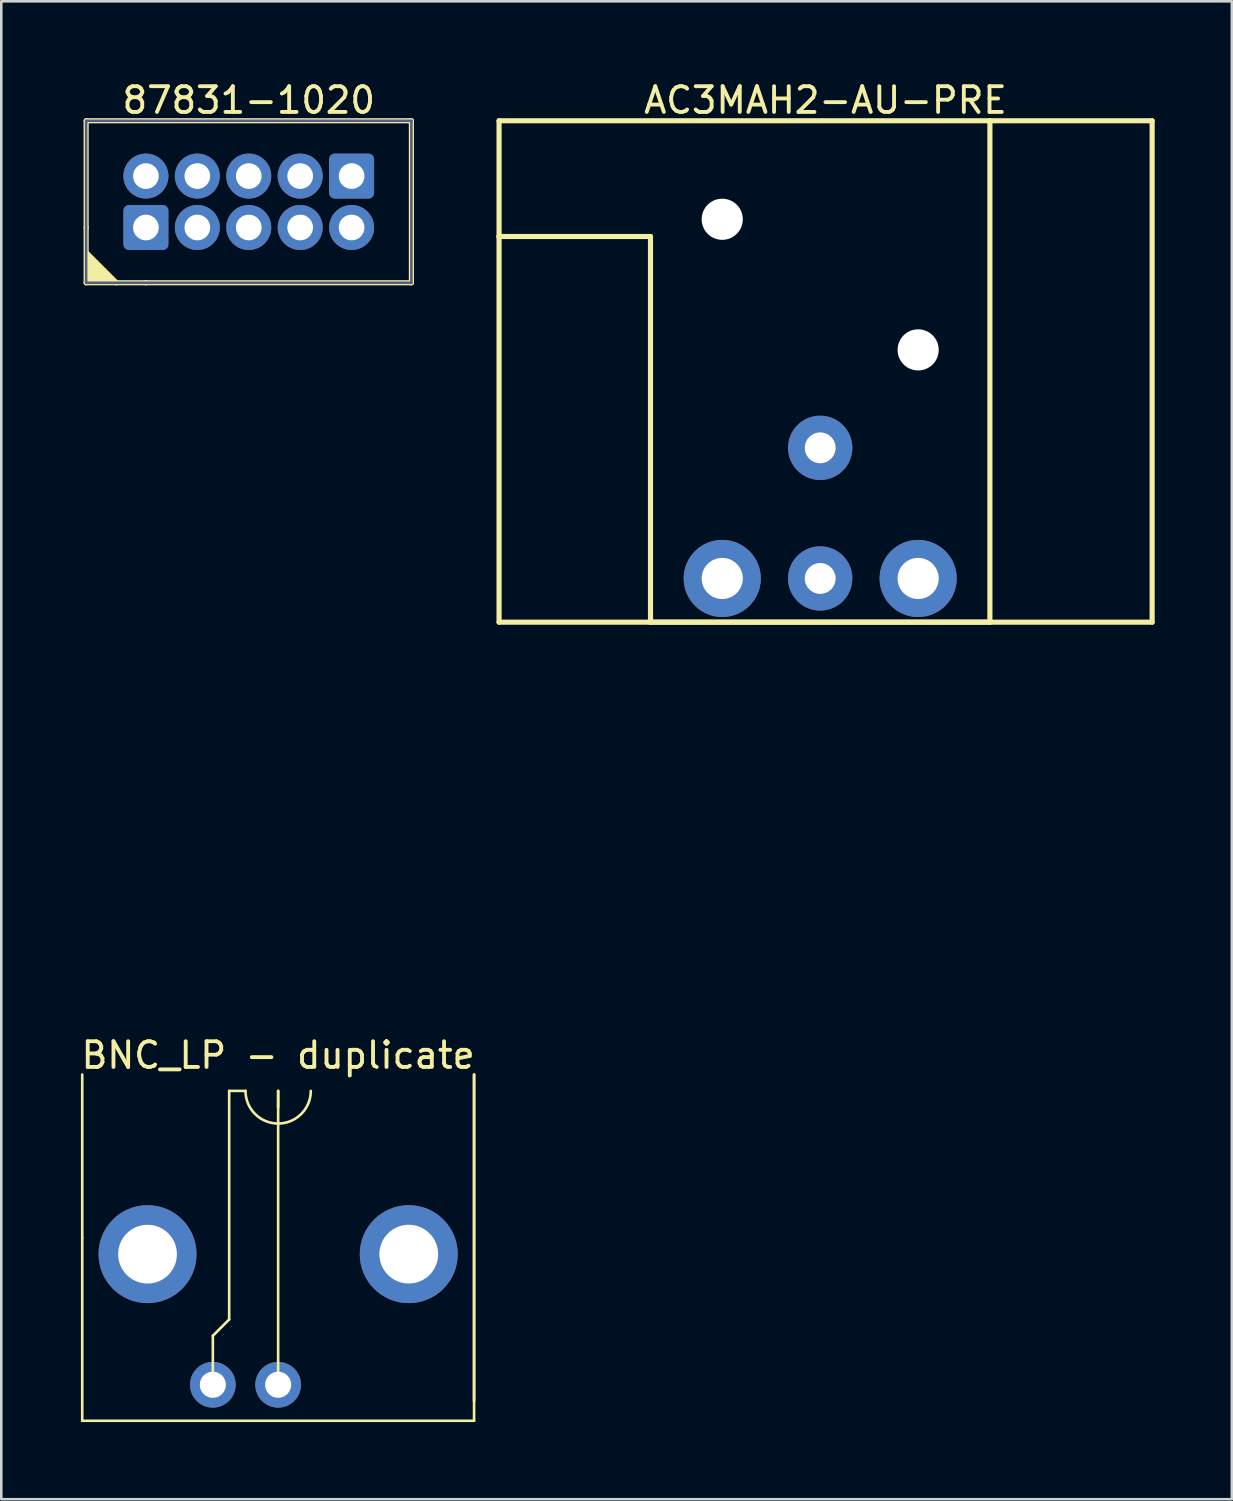
<source format=kicad_pcb>
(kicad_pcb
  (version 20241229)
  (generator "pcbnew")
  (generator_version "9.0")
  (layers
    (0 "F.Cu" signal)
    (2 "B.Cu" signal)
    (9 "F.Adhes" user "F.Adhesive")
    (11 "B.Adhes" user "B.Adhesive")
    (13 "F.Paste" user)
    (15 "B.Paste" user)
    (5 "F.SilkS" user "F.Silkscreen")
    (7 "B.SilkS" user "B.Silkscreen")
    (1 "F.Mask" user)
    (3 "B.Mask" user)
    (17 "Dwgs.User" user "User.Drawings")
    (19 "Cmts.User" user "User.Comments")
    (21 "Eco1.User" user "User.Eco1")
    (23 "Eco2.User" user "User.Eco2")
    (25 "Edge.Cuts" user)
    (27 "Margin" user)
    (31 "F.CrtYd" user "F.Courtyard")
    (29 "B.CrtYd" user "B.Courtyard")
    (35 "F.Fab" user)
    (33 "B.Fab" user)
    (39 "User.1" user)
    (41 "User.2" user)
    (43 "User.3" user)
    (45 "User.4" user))
  (footprint "BNC_LP - duplicate"
    (layer "F.Cu")
    (at 7.768 50.808)
    (property "Reference" "BNC_LP - duplicate" (at 0 -12.816 0) (layer "F.SilkS") (effects (font (size 1 1) (thickness 0.15))))
    (fp_line (start -7.62 -5.715) (end -7.62 -12.065) (stroke (width 0.102) (type solid)) (layer "F.SilkS"))
    (fp_line (start -7.62 1.4) (end -7.62 -5.715) (stroke (width 0.102) (type solid)) (layer "F.SilkS"))
    (fp_line (start -7.62 1.4) (end 7.62 1.4) (stroke (width 0.102) (type solid)) (layer "F.SilkS"))
    (fp_line (start -2.54 -1.905) (end -1.905 -2.54) (stroke (width 0.102) (type solid)) (layer "F.SilkS"))
    (fp_line (start -2.54 0) (end -2.54 -1.905) (stroke (width 0.102) (type solid)) (layer "F.SilkS"))
    (fp_line (start -1.905 -11.43) (end -1.27 -11.43) (stroke (width 0.102) (type solid)) (layer "F.SilkS"))
    (fp_line (start -1.905 -2.54) (end -1.905 -11.43) (stroke (width 0.102) (type solid)) (layer "F.SilkS"))
    (fp_line (start 0 -10.795) (end 0 -11.43) (stroke (width 0.102) (type solid)) (layer "F.SilkS"))
    (fp_line (start 0 -10.16) (end 0 -11.43) (stroke (width 0.102) (type solid)) (layer "F.SilkS"))
    (fp_line (start 0 0) (end 0 -10.16) (stroke (width 0.102) (type solid)) (layer "F.SilkS"))
    (fp_line (start 7.62 0.635) (end 7.62 -12.065) (stroke (width 0.102) (type solid)) (layer "F.SilkS"))
    (fp_line (start 7.62 1.4) (end 7.62 -12.065) (stroke (width 0.102) (type solid)) (layer "F.SilkS"))
    (fp_arc (start 1.27 -11.43) (mid 0 -10.16) (end -1.27 -11.43) (stroke (width 0.1016) (type solid)) (layer "F.SilkS"))
    (fp_line (start -7.62 -12.065) (end -2.54 -12.065) (stroke (width 0.102) (type solid)) (layer "Eco2.User"))
    (fp_line (start -7.62 -12.065) (end 7.62 -12.065) (stroke (width 0.203) (type solid)) (layer "Eco2.User"))
    (fp_line (start -6.985 -20.32) (end -5.715 -20.955) (stroke (width 0.203) (type solid)) (layer "Eco2.User"))
    (fp_line (start -6.985 -20.32) (end -5.715 -19.685) (stroke (width 0.203) (type solid)) (layer "Eco2.User"))
    (fp_line (start -6.985 -20.32) (end -3.81 -20.32) (stroke (width 0.203) (type solid)) (layer "Eco2.User"))
    (fp_line (start -6.985 -19.05) (end -5.715 -19.685) (stroke (width 0.203) (type solid)) (layer "Eco2.User"))
    (fp_line (start -6.985 -19.05) (end -5.715 -18.415) (stroke (width 0.203) (type solid)) (layer "Eco2.User"))
    (fp_line (start -6.985 -19.05) (end -3.81 -19.05) (stroke (width 0.203) (type solid)) (layer "Eco2.User"))
    (fp_line (start -6.985 -17.78) (end -5.715 -18.415) (stroke (width 0.203) (type solid)) (layer "Eco2.User"))
    (fp_line (start -6.985 -17.78) (end -5.715 -17.145) (stroke (width 0.203) (type solid)) (layer "Eco2.User"))
    (fp_line (start -6.985 -17.78) (end -3.81 -17.78) (stroke (width 0.203) (type solid)) (layer "Eco2.User"))
    (fp_line (start -6.985 -16.51) (end -5.715 -17.145) (stroke (width 0.203) (type solid)) (layer "Eco2.User"))
    (fp_line (start -6.985 -16.51) (end -5.715 -15.875) (stroke (width 0.203) (type solid)) (layer "Eco2.User"))
    (fp_line (start -6.985 -16.51) (end -3.81 -16.51) (stroke (width 0.203) (type solid)) (layer "Eco2.User"))
    (fp_line (start -6.985 -15.24) (end -5.715 -15.875) (stroke (width 0.203) (type solid)) (layer "Eco2.User"))
    (fp_line (start -6.985 -15.24) (end -5.715 -14.605) (stroke (width 0.203) (type solid)) (layer "Eco2.User"))
    (fp_line (start -6.985 -15.24) (end -3.81 -15.24) (stroke (width 0.203) (type solid)) (layer "Eco2.User"))
    (fp_line (start -6.985 -13.97) (end -5.715 -14.605) (stroke (width 0.203) (type solid)) (layer "Eco2.User"))
    (fp_line (start -6.985 -13.97) (end -5.715 -13.335) (stroke (width 0.203) (type solid)) (layer "Eco2.User"))
    (fp_line (start -6.985 -13.97) (end -3.81 -13.97) (stroke (width 0.203) (type solid)) (layer "Eco2.User"))
    (fp_line (start -6.985 -12.7) (end -5.715 -13.335) (stroke (width 0.203) (type solid)) (layer "Eco2.User"))
    (fp_line (start -6.985 -12.7) (end -5.715 -12.065) (stroke (width 0.203) (type solid)) (layer "Eco2.User"))
    (fp_line (start -6.985 -12.7) (end -3.81 -12.7) (stroke (width 0.203) (type solid)) (layer "Eco2.User"))
    (fp_line (start -5.715 -20.955) (end -2.54 -20.955) (stroke (width 0.203) (type solid)) (layer "Eco2.User"))
    (fp_line (start -5.715 -20.955) (end 5.715 -20.955) (stroke (width 0.203) (type solid)) (layer "Eco2.User"))
    (fp_line (start -5.715 -19.685) (end -2.54 -19.685) (stroke (width 0.203) (type solid)) (layer "Eco2.User"))
    (fp_line (start -5.715 -18.415) (end -2.54 -18.415) (stroke (width 0.203) (type solid)) (layer "Eco2.User"))
    (fp_line (start -5.715 -17.145) (end -2.54 -17.145) (stroke (width 0.203) (type solid)) (layer "Eco2.User"))
    (fp_line (start -5.715 -15.875) (end -2.54 -15.875) (stroke (width 0.203) (type solid)) (layer "Eco2.User"))
    (fp_line (start -5.715 -14.605) (end -2.54 -14.605) (stroke (width 0.203) (type solid)) (layer "Eco2.User"))
    (fp_line (start -5.715 -13.335) (end -2.54 -13.335) (stroke (width 0.203) (type solid)) (layer "Eco2.User"))
    (fp_line (start -5.08 -20.955) (end -5.08 -25.4) (stroke (width 0.203) (type solid)) (layer "Eco2.User"))
    (fp_line (start -5.08 -12.065) (end -5.08 -12.7) (stroke (width 0.102) (type solid)) (layer "Eco2.User"))
    (fp_line (start -3.81 -20.32) (end -2.54 -20.955) (stroke (width 0.203) (type solid)) (layer "Eco2.User"))
    (fp_line (start -3.81 -20.32) (end -2.54 -19.685) (stroke (width 0.203) (type solid)) (layer "Eco2.User"))
    (fp_line (start -3.81 -19.05) (end -2.54 -19.685) (stroke (width 0.203) (type solid)) (layer "Eco2.User"))
    (fp_line (start -3.81 -19.05) (end -2.54 -18.415) (stroke (width 0.203) (type solid)) (layer "Eco2.User"))
    (fp_line (start -3.81 -17.78) (end -2.54 -18.415) (stroke (width 0.203) (type solid)) (layer "Eco2.User"))
    (fp_line (start -3.81 -17.78) (end -2.54 -17.145) (stroke (width 0.203) (type solid)) (layer "Eco2.User"))
    (fp_line (start -3.81 -16.51) (end -2.54 -17.145) (stroke (width 0.203) (type solid)) (layer "Eco2.User"))
    (fp_line (start -3.81 -16.51) (end -2.54 -15.875) (stroke (width 0.203) (type solid)) (layer "Eco2.User"))
    (fp_line (start -3.81 -15.24) (end -2.54 -15.875) (stroke (width 0.203) (type solid)) (layer "Eco2.User"))
    (fp_line (start -3.81 -15.24) (end -2.54 -14.605) (stroke (width 0.203) (type solid)) (layer "Eco2.User"))
    (fp_line (start -3.81 -13.97) (end -2.54 -14.605) (stroke (width 0.203) (type solid)) (layer "Eco2.User"))
    (fp_line (start -3.81 -13.97) (end -2.54 -13.335) (stroke (width 0.203) (type solid)) (layer "Eco2.User"))
    (fp_line (start -3.81 -12.7) (end -2.54 -13.335) (stroke (width 0.203) (type solid)) (layer "Eco2.User"))
    (fp_line (start -3.81 -12.7) (end -2.54 -12.065) (stroke (width 0.203) (type solid)) (layer "Eco2.User"))
    (fp_line (start -3.175 -12.065) (end 7.62 -12.065) (stroke (width 0.102) (type solid)) (layer "Eco2.User"))
    (fp_line (start 2.54 -20.955) (end 3.81 -20.32) (stroke (width 0.203) (type solid)) (layer "Eco2.User"))
    (fp_line (start 2.54 -20.955) (end 5.715 -20.955) (stroke (width 0.203) (type solid)) (layer "Eco2.User"))
    (fp_line (start 2.54 -19.685) (end 3.81 -20.32) (stroke (width 0.203) (type solid)) (layer "Eco2.User"))
    (fp_line (start 2.54 -19.685) (end 3.81 -19.05) (stroke (width 0.203) (type solid)) (layer "Eco2.User"))
    (fp_line (start 2.54 -19.685) (end 5.715 -19.685) (stroke (width 0.203) (type solid)) (layer "Eco2.User"))
    (fp_line (start 2.54 -18.415) (end 3.81 -19.05) (stroke (width 0.203) (type solid)) (layer "Eco2.User"))
    (fp_line (start 2.54 -18.415) (end 3.81 -17.78) (stroke (width 0.203) (type solid)) (layer "Eco2.User"))
    (fp_line (start 2.54 -18.415) (end 5.715 -18.415) (stroke (width 0.203) (type solid)) (layer "Eco2.User"))
    (fp_line (start 2.54 -17.145) (end 3.81 -17.78) (stroke (width 0.203) (type solid)) (layer "Eco2.User"))
    (fp_line (start 2.54 -17.145) (end 3.81 -16.51) (stroke (width 0.203) (type solid)) (layer "Eco2.User"))
    (fp_line (start 2.54 -17.145) (end 5.715 -17.145) (stroke (width 0.203) (type solid)) (layer "Eco2.User"))
    (fp_line (start 2.54 -15.875) (end 3.81 -16.51) (stroke (width 0.203) (type solid)) (layer "Eco2.User"))
    (fp_line (start 2.54 -15.875) (end 3.81 -15.24) (stroke (width 0.203) (type solid)) (layer "Eco2.User"))
    (fp_line (start 2.54 -15.875) (end 5.715 -15.875) (stroke (width 0.203) (type solid)) (layer "Eco2.User"))
    (fp_line (start 2.54 -14.605) (end 3.81 -15.24) (stroke (width 0.203) (type solid)) (layer "Eco2.User"))
    (fp_line (start 2.54 -14.605) (end 3.81 -13.97) (stroke (width 0.203) (type solid)) (layer "Eco2.User"))
    (fp_line (start 2.54 -14.605) (end 5.715 -14.605) (stroke (width 0.203) (type solid)) (layer "Eco2.User"))
    (fp_line (start 2.54 -13.335) (end 3.81 -13.97) (stroke (width 0.203) (type solid)) (layer "Eco2.User"))
    (fp_line (start 2.54 -13.335) (end 3.81 -12.7) (stroke (width 0.203) (type solid)) (layer "Eco2.User"))
    (fp_line (start 2.54 -13.335) (end 5.715 -13.335) (stroke (width 0.203) (type solid)) (layer "Eco2.User"))
    (fp_line (start 2.54 -12.065) (end 3.81 -12.7) (stroke (width 0.203) (type solid)) (layer "Eco2.User"))
    (fp_line (start 3.81 -20.32) (end 6.985 -20.32) (stroke (width 0.203) (type solid)) (layer "Eco2.User"))
    (fp_line (start 3.81 -19.05) (end 6.985 -19.05) (stroke (width 0.203) (type solid)) (layer "Eco2.User"))
    (fp_line (start 3.81 -17.78) (end 6.985 -17.78) (stroke (width 0.203) (type solid)) (layer "Eco2.User"))
    (fp_line (start 3.81 -16.51) (end 6.985 -16.51) (stroke (width 0.203) (type solid)) (layer "Eco2.User"))
    (fp_line (start 3.81 -15.24) (end 6.985 -15.24) (stroke (width 0.203) (type solid)) (layer "Eco2.User"))
    (fp_line (start 3.81 -13.97) (end 6.985 -13.97) (stroke (width 0.203) (type solid)) (layer "Eco2.User"))
    (fp_line (start 3.81 -12.7) (end 6.985 -12.7) (stroke (width 0.203) (type solid)) (layer "Eco2.User"))
    (fp_line (start 5.08 -20.955) (end 5.08 -25.4) (stroke (width 0.203) (type solid)) (layer "Eco2.User"))
    (fp_line (start 5.08 -12.065) (end 5.08 -12.7) (stroke (width 0.102) (type solid)) (layer "Eco2.User"))
    (fp_line (start 5.715 -20.955) (end 6.985 -20.32) (stroke (width 0.203) (type solid)) (layer "Eco2.User"))
    (fp_line (start 5.715 -19.685) (end 6.985 -20.32) (stroke (width 0.203) (type solid)) (layer "Eco2.User"))
    (fp_line (start 5.715 -19.685) (end 6.985 -19.05) (stroke (width 0.203) (type solid)) (layer "Eco2.User"))
    (fp_line (start 5.715 -18.415) (end 6.985 -19.05) (stroke (width 0.203) (type solid)) (layer "Eco2.User"))
    (fp_line (start 5.715 -18.415) (end 6.985 -17.78) (stroke (width 0.203) (type solid)) (layer "Eco2.User"))
    (fp_line (start 5.715 -17.145) (end 6.985 -17.78) (stroke (width 0.203) (type solid)) (layer "Eco2.User"))
    (fp_line (start 5.715 -17.145) (end 6.985 -16.51) (stroke (width 0.203) (type solid)) (layer "Eco2.User"))
    (fp_line (start 5.715 -15.875) (end 6.985 -16.51) (stroke (width 0.203) (type solid)) (layer "Eco2.User"))
    (fp_line (start 5.715 -15.875) (end 6.985 -15.24) (stroke (width 0.203) (type solid)) (layer "Eco2.User"))
    (fp_line (start 5.715 -14.605) (end 6.985 -15.24) (stroke (width 0.203) (type solid)) (layer "Eco2.User"))
    (fp_line (start 5.715 -14.605) (end 6.985 -13.97) (stroke (width 0.203) (type solid)) (layer "Eco2.User"))
    (fp_line (start 5.715 -13.335) (end 6.985 -13.97) (stroke (width 0.203) (type solid)) (layer "Eco2.User"))
    (fp_line (start 5.715 -13.335) (end 6.985 -12.7) (stroke (width 0.203) (type solid)) (layer "Eco2.User"))
    (fp_line (start 5.715 -12.065) (end 6.985 -12.7) (stroke (width 0.203) (type solid)) (layer "Eco2.User"))
    (fp_arc (start -5.084396 -25.404396) (mid -2.54 -26.458319) (end 0.004396 -25.404396) (stroke (width 0.2032) (type solid)) (layer "Eco2.User"))
    (fp_arc (start -0.004396 -25.404396) (mid 2.54 -26.458319) (end 5.084396 -25.404396) (stroke (width 0.2032) (type solid)) (layer "Eco2.User"))
    (fp_arc (start 0.004396 -25.395604) (mid -2.54 -24.341681) (end -5.084396 -25.395604) (stroke (width 0.2032) (type solid)) (layer "Eco2.User"))
    (pad "1" thru_hole circle (at 0 0) (size 1.778 1.778) (drill 1.016) (layers "*.Cu" "*.Mask"))
    (pad "2" thru_hole circle (at -2.54 0) (size 1.778 1.778) (drill 1.016) (layers "*.Cu" "*.Mask"))
    (pad "A" thru_hole circle (at 5.08 -5.08) (size 3.81 3.81) (drill 2.286) (layers "*.Cu" "*.Mask"))
    (pad "B" thru_hole circle (at -5.08 -5.08) (size 3.81 3.81) (drill 2.286) (layers "*.Cu" "*.Mask")))
  (footprint "AC3MAH2-AU-PRE"
    (layer "F.Cu")
    (at 28.85 19.448)
    (property "Reference" "AC3MAH2-AU-PRE" (at 0.205 -18.6 0) (layer "F.SilkS") (effects (font (size 1 1) (thickness 0.15))))
    (fp_line (start -12.5 -13.3) (end -6.6 -13.3) (stroke (width 0.2) (type solid)) (layer "F.SilkS"))
    (fp_line (start -12.49 -17.8) (end 12.91 -17.8) (stroke (width 0.2) (type solid)) (layer "F.SilkS"))
    (fp_line (start -12.49 1.7) (end -12.49 -17.8) (stroke (width 0.2) (type solid)) (layer "F.SilkS"))
    (fp_line (start -12.49 1.7) (end 12.91 1.7) (stroke (width 0.2) (type solid)) (layer "F.SilkS"))
    (fp_line (start -6.6 1.7) (end -6.6 -13.3) (stroke (width 0.2) (type solid)) (layer "F.SilkS"))
    (fp_line (start -6.6 1.7) (end 6.6 1.7) (stroke (width 0.2) (type solid)) (layer "F.SilkS"))
    (fp_line (start 6.6 1.7) (end 6.6 -17.8) (stroke (width 0.2) (type solid)) (layer "F.SilkS"))
    (fp_line (start 12.91 1.7) (end 12.91 -17.8) (stroke (width 0.2) (type solid)) (layer "F.SilkS"))
    (pad "" np_thru_hole circle (at -3.81 -13.97) (size 1.6 1.6) (drill 1.6) (layers "*.Cu" "*.Mask"))
    (pad "" np_thru_hole circle (at 3.81 -8.89) (size 1.6 1.6) (drill 1.6) (layers "*.Cu" "*.Mask"))
    (pad "1" thru_hole circle (at 3.81 0) (size 3 3) (drill 1.6) (layers "*.Cu" "*.Mask"))
    (pad "2" thru_hole circle (at -3.81 0) (size 3 3) (drill 1.6) (layers "*.Cu" "*.Mask"))
    (pad "3" thru_hole circle (at 0 0) (size 2.5 2.5) (drill 1.2) (layers "*.Cu" "*.Mask"))
    (pad "4" thru_hole circle (at 0 -5.08) (size 2.5 2.5) (drill 1.2) (layers "*.Cu" "*.Mask")))
  (footprint "87831-1020"
    (layer "F.Cu")
    (at 2.625 5.798)
    (property "Reference" "87831-1020" (at 4 -4.95 0) (layer "F.SilkS") (effects (font (size 1 1) (thickness 0.15))))
    (fp_line (start -2.325 -4.15) (end 10.325 -4.15) (stroke (width 0.2) (type solid)) (layer "F.SilkS"))
    (fp_line (start -2.325 0) (end -2.325 -4.15) (stroke (width 0.2) (type solid)) (layer "F.SilkS"))
    (fp_line (start -2.325 2.15) (end -2.325 0) (stroke (width 0.2) (type solid)) (layer "F.SilkS"))
    (fp_line (start -2.325 2.15) (end 0 2.15) (stroke (width 0.2) (type solid)) (layer "F.SilkS"))
    (fp_line (start -2.3 1) (end -1.149 2.151) (stroke (width 0.2) (type solid)) (layer "F.SilkS"))
    (fp_line (start 0 2.15) (end 10.325 2.15) (stroke (width 0.2) (type solid)) (layer "F.SilkS"))
    (fp_line (start 10.325 2.15) (end 10.325 -4.15) (stroke (width 0.2) (type solid)) (layer "F.SilkS"))
    (fp_poly (pts (xy -2.325 2.15) (xy -2.325 1.075) (xy -2.237 1.075) (xy -1.163 2.15)) (stroke (width 0) (type default)) (fill yes) (layer "F.SilkS"))
    (fp_line (start -2.575 -4.4) (end 10.575 -4.4) (stroke (width 0.1) (type solid)) (layer "Eco2.User"))
    (fp_line (start -2.575 2.4) (end -2.575 -4.4) (stroke (width 0.1) (type solid)) (layer "Eco2.User"))
    (fp_line (start -2.575 2.4) (end 10.575 2.4) (stroke (width 0.1) (type solid)) (layer "Eco2.User"))
    (fp_line (start 10.575 2.4) (end 10.575 -4.4) (stroke (width 0.1) (type solid)) (layer "Eco2.User"))
    (fp_line (start -2.325 -4.15) (end 10.325 -4.15) (stroke (width 0.1) (type solid)) (layer "B.Fab"))
    (fp_line (start -2.325 2.15) (end -2.325 -4.15) (stroke (width 0.1) (type solid)) (layer "B.Fab"))
    (fp_line (start -2.325 2.15) (end 10.325 2.15) (stroke (width 0.1) (type solid)) (layer "B.Fab"))
    (fp_line (start 10.325 2.15) (end 10.325 -4.15) (stroke (width 0.1) (type solid)) (layer "B.Fab"))
    (pad "1" thru_hole roundrect (at 0 0) (size 1.75 1.75) (drill 1) (layers "*.Cu" "*.Mask") (roundrect_rratio 0.125))
    (pad "2" thru_hole circle (at 0 -2) (size 1.75 1.75) (drill 1) (layers "*.Cu" "*.Mask"))
    (pad "3" thru_hole circle (at 2 0) (size 1.75 1.75) (drill 1) (layers "*.Cu" "*.Mask"))
    (pad "4" thru_hole circle (at 2 -2) (size 1.75 1.75) (drill 1) (layers "*.Cu" "*.Mask"))
    (pad "5" thru_hole circle (at 4 0) (size 1.75 1.75) (drill 1) (layers "*.Cu" "*.Mask"))
    (pad "6" thru_hole circle (at 4 -2) (size 1.75 1.75) (drill 1) (layers "*.Cu" "*.Mask"))
    (pad "7" thru_hole circle (at 6 0) (size 1.75 1.75) (drill 1) (layers "*.Cu" "*.Mask"))
    (pad "8" thru_hole circle (at 6 -2) (size 1.75 1.75) (drill 1) (layers "*.Cu" "*.Mask"))
    (pad "9" thru_hole circle (at 8 0) (size 1.75 1.75) (drill 1) (layers "*.Cu" "*.Mask"))
    (pad "10" thru_hole roundrect (at 8 -2) (size 1.75 1.75) (drill 1) (layers "*.Cu" "*.Mask") (roundrect_rratio 0.125)))
  (gr_rect
    (start -3 -3)
    (end 44.86 55.259)
    (stroke (width 0.1) (type default))
    (fill no)
    (layer "Edge.Cuts")))
</source>
